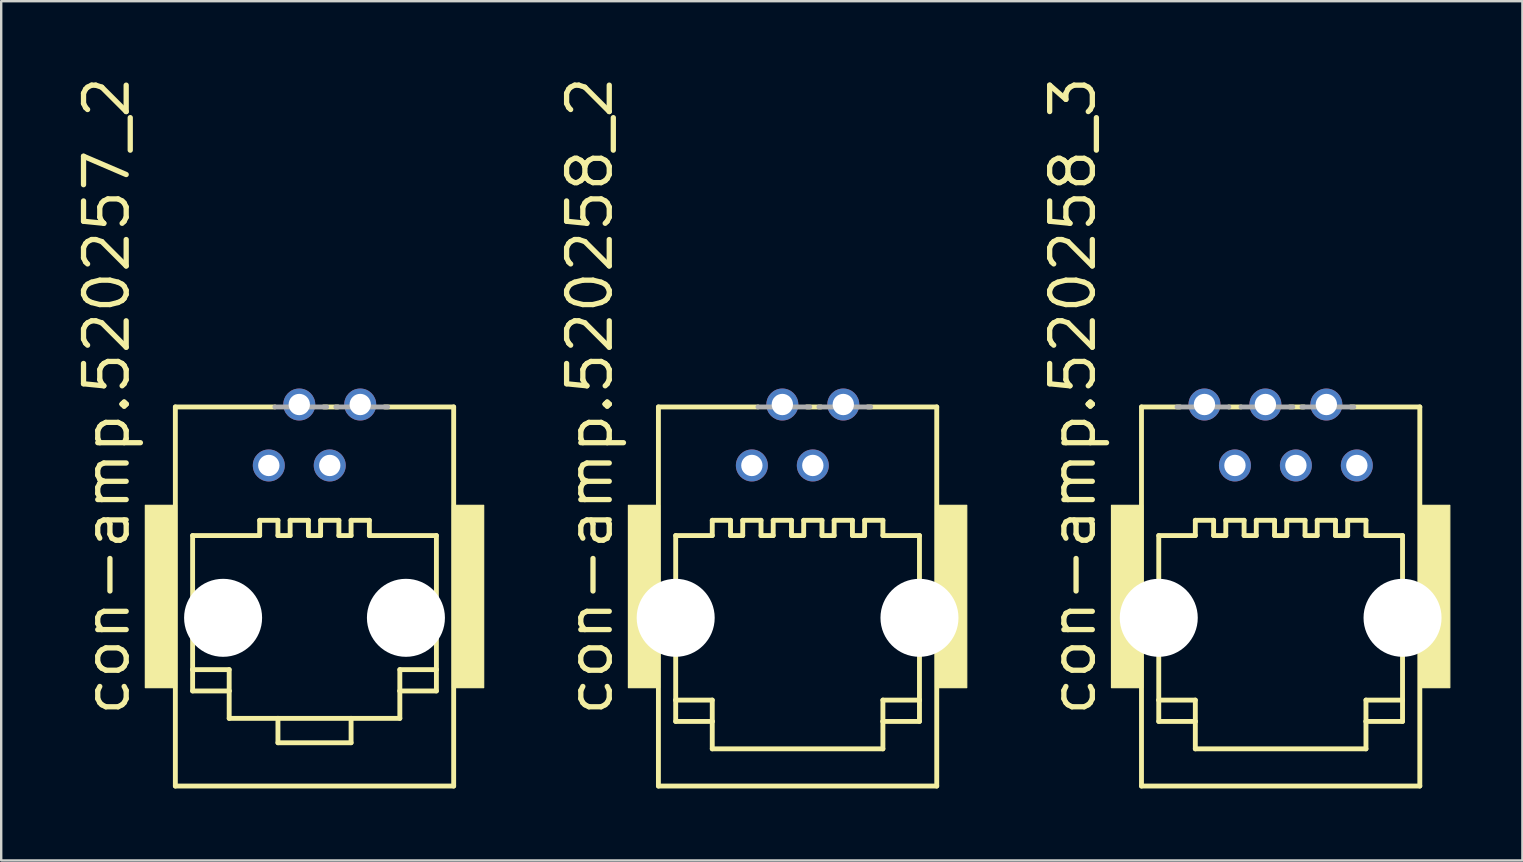
<source format=kicad_pcb>
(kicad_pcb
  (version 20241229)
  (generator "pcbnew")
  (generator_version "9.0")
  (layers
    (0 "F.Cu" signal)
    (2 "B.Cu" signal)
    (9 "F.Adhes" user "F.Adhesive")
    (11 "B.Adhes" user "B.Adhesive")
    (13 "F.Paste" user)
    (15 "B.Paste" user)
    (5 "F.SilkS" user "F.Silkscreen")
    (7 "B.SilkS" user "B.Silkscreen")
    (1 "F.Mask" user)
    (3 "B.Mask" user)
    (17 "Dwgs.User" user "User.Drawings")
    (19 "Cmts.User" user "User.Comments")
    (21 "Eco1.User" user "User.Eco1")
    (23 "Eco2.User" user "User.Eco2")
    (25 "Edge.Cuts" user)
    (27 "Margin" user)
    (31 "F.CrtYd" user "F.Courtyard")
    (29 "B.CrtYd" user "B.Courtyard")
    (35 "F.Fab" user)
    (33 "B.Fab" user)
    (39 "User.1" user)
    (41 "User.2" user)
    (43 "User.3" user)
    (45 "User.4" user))
  (footprint "con-amp.520258_3"
    (layer "F.Cu")
    (at 50.324 21.81)
    (property "Reference" "con-amp.520258_3" (at -7.62 5.08 90) (layer "F.SilkS") (effects (font (size 1.778 1.778) (thickness 0.22)) (justify left bottom)))
    (attr through_hole)
    (fp_line (start -5.8 -7.9) (end -5.8 7.9) (stroke (width 0.203) (type default)) (layer "F.SilkS"))
    (fp_line (start -5.8 7.9) (end 5.8 7.9) (stroke (width 0.203) (type default)) (layer "F.SilkS"))
    (fp_line (start -5.08 -2.54) (end -5.08 4.318) (stroke (width 0.203) (type default)) (layer "F.SilkS"))
    (fp_line (start -5.08 4.318) (end -5.08 5.207) (stroke (width 0.203) (type default)) (layer "F.SilkS"))
    (fp_line (start -5.08 4.318) (end -3.556 4.318) (stroke (width 0.203) (type default)) (layer "F.SilkS"))
    (fp_line (start -5.08 5.207) (end -3.556 5.207) (stroke (width 0.203) (type default)) (layer "F.SilkS"))
    (fp_line (start -4.191 -7.9) (end -5.8 -7.9) (stroke (width 0.203) (type default)) (layer "F.SilkS"))
    (fp_line (start -3.556 -3.175) (end -3.556 -2.54) (stroke (width 0.203) (type default)) (layer "F.SilkS"))
    (fp_line (start -3.556 -3.175) (end -2.794 -3.175) (stroke (width 0.203) (type default)) (layer "F.SilkS"))
    (fp_line (start -3.556 -2.54) (end -5.08 -2.54) (stroke (width 0.203) (type default)) (layer "F.SilkS"))
    (fp_line (start -3.556 4.318) (end -3.556 5.207) (stroke (width 0.203) (type default)) (layer "F.SilkS"))
    (fp_line (start -3.556 5.207) (end -3.556 6.35) (stroke (width 0.203) (type default)) (layer "F.SilkS"))
    (fp_line (start -3.556 6.35) (end 3.556 6.35) (stroke (width 0.203) (type default)) (layer "F.SilkS"))
    (fp_line (start -2.794 -3.175) (end -2.794 -2.54) (stroke (width 0.203) (type default)) (layer "F.SilkS"))
    (fp_line (start -2.286 -3.175) (end -2.286 -2.54) (stroke (width 0.203) (type default)) (layer "F.SilkS"))
    (fp_line (start -2.286 -3.175) (end -1.524 -3.175) (stroke (width 0.203) (type default)) (layer "F.SilkS"))
    (fp_line (start -2.286 -2.54) (end -2.794 -2.54) (stroke (width 0.203) (type default)) (layer "F.SilkS"))
    (fp_line (start -1.651 -7.9) (end -2.159 -7.9) (stroke (width 0.203) (type default)) (layer "F.SilkS"))
    (fp_line (start -1.524 -3.175) (end -1.524 -2.54) (stroke (width 0.203) (type default)) (layer "F.SilkS"))
    (fp_line (start -1.016 -3.175) (end -1.016 -2.54) (stroke (width 0.203) (type default)) (layer "F.SilkS"))
    (fp_line (start -1.016 -3.175) (end -0.254 -3.175) (stroke (width 0.203) (type default)) (layer "F.SilkS"))
    (fp_line (start -1.016 -2.54) (end -1.524 -2.54) (stroke (width 0.203) (type default)) (layer "F.SilkS"))
    (fp_line (start -0.254 -3.175) (end -0.254 -2.54) (stroke (width 0.203) (type default)) (layer "F.SilkS"))
    (fp_line (start 0.254 -3.175) (end 0.254 -2.54) (stroke (width 0.203) (type default)) (layer "F.SilkS"))
    (fp_line (start 0.254 -3.175) (end 1.016 -3.175) (stroke (width 0.203) (type default)) (layer "F.SilkS"))
    (fp_line (start 0.254 -2.54) (end -0.254 -2.54) (stroke (width 0.203) (type default)) (layer "F.SilkS"))
    (fp_line (start 0.974 -7.9) (end 0.381 -7.9) (stroke (width 0.203) (type default)) (layer "F.SilkS"))
    (fp_line (start 1.016 -3.175) (end 1.016 -2.54) (stroke (width 0.203) (type default)) (layer "F.SilkS"))
    (fp_line (start 1.524 -3.175) (end 1.524 -2.54) (stroke (width 0.203) (type default)) (layer "F.SilkS"))
    (fp_line (start 1.524 -3.175) (end 2.286 -3.175) (stroke (width 0.203) (type default)) (layer "F.SilkS"))
    (fp_line (start 1.524 -2.54) (end 1.016 -2.54) (stroke (width 0.203) (type default)) (layer "F.SilkS"))
    (fp_line (start 2.286 -3.175) (end 2.286 -2.54) (stroke (width 0.203) (type default)) (layer "F.SilkS"))
    (fp_line (start 2.794 -3.175) (end 2.794 -2.54) (stroke (width 0.203) (type default)) (layer "F.SilkS"))
    (fp_line (start 2.794 -3.175) (end 3.556 -3.175) (stroke (width 0.203) (type default)) (layer "F.SilkS"))
    (fp_line (start 2.794 -2.54) (end 2.286 -2.54) (stroke (width 0.203) (type default)) (layer "F.SilkS"))
    (fp_line (start 3.556 -3.175) (end 3.556 -2.54) (stroke (width 0.203) (type default)) (layer "F.SilkS"))
    (fp_line (start 3.556 4.318) (end 3.556 5.207) (stroke (width 0.203) (type default)) (layer "F.SilkS"))
    (fp_line (start 3.556 5.207) (end 3.556 6.35) (stroke (width 0.203) (type default)) (layer "F.SilkS"))
    (fp_line (start 5.08 -2.54) (end 3.556 -2.54) (stroke (width 0.203) (type default)) (layer "F.SilkS"))
    (fp_line (start 5.08 4.318) (end 3.556 4.318) (stroke (width 0.203) (type default)) (layer "F.SilkS"))
    (fp_line (start 5.08 4.318) (end 5.08 -2.54) (stroke (width 0.203) (type default)) (layer "F.SilkS"))
    (fp_line (start 5.08 5.207) (end 3.556 5.207) (stroke (width 0.203) (type default)) (layer "F.SilkS"))
    (fp_line (start 5.08 5.207) (end 5.08 4.318) (stroke (width 0.203) (type default)) (layer "F.SilkS"))
    (fp_line (start 5.8 -7.9) (end 2.921 -7.9) (stroke (width 0.203) (type default)) (layer "F.SilkS"))
    (fp_line (start 5.8 7.9) (end 5.8 -7.9) (stroke (width 0.203) (type default)) (layer "F.SilkS"))
    (fp_rect (start -7.05 3.8) (end -5.75 -3.8) (stroke (width 0.05) (type default)) (fill yes) (layer "F.SilkS"))
    (fp_rect (start 5.75 3.8) (end 7.05 -3.8) (stroke (width 0.05) (type default)) (fill yes) (layer "F.SilkS"))
    (fp_line (start -2.159 -7.9) (end -4.318 -7.9) (stroke (width 0.203) (type default)) (layer "F.Fab"))
    (fp_line (start 0.508 -7.9) (end -1.651 -7.9) (stroke (width 0.203) (type default)) (layer "F.Fab"))
    (fp_line (start 3.048 -7.9) (end 0.889 -7.9) (stroke (width 0.203) (type default)) (layer "F.Fab"))
    (pad "" np_thru_hole circle (at -5.08 0.889) (size 3.251 3.251) (drill 3.251) (layers "*.Cu" "*.Mask"))
    (pad "" np_thru_hole circle (at 5.08 0.889) (size 3.251 3.251) (drill 3.251) (layers "*.Cu" "*.Mask"))
    (pad "1" thru_hole circle (at -3.175 -8.001) (size 1.333 1.333) (drill 0.889) (layers "*.Cu" "*.Mask"))
    (pad "2" thru_hole circle (at -1.905 -5.461) (size 1.333 1.333) (drill 0.889) (layers "*.Cu" "*.Mask"))
    (pad "3" thru_hole circle (at -0.635 -8.001) (size 1.333 1.333) (drill 0.889) (layers "*.Cu" "*.Mask"))
    (pad "4" thru_hole circle (at 0.635 -5.461) (size 1.333 1.333) (drill 0.889) (layers "*.Cu" "*.Mask"))
    (pad "5" thru_hole circle (at 1.905 -8.001) (size 1.333 1.333) (drill 0.889) (layers "*.Cu" "*.Mask"))
    (pad "6" thru_hole circle (at 3.175 -5.461) (size 1.333 1.333) (drill 0.889) (layers "*.Cu" "*.Mask")))
  (footprint "con-amp.520257_2"
    (layer "F.Cu")
    (at 10.058 21.81)
    (property "Reference" "con-amp.520257_2" (at -7.62 5.08 90) (layer "F.SilkS") (effects (font (size 1.778 1.778) (thickness 0.22)) (justify left bottom)))
    (attr through_hole)
    (fp_line (start -5.8 -7.9) (end -5.8 7.9) (stroke (width 0.203) (type default)) (layer "F.SilkS"))
    (fp_line (start -5.8 7.9) (end 5.8 7.9) (stroke (width 0.203) (type default)) (layer "F.SilkS"))
    (fp_line (start -5.08 -2.54) (end -5.08 3.048) (stroke (width 0.203) (type default)) (layer "F.SilkS"))
    (fp_line (start -5.08 3.048) (end -5.08 3.937) (stroke (width 0.203) (type default)) (layer "F.SilkS"))
    (fp_line (start -5.08 3.048) (end -3.556 3.048) (stroke (width 0.203) (type default)) (layer "F.SilkS"))
    (fp_line (start -5.08 3.937) (end -3.556 3.937) (stroke (width 0.203) (type default)) (layer "F.SilkS"))
    (fp_line (start -3.556 3.048) (end -3.556 3.937) (stroke (width 0.203) (type default)) (layer "F.SilkS"))
    (fp_line (start -3.556 3.937) (end -3.556 5.08) (stroke (width 0.203) (type default)) (layer "F.SilkS"))
    (fp_line (start -3.556 5.08) (end -1.524 5.08) (stroke (width 0.203) (type default)) (layer "F.SilkS"))
    (fp_line (start -2.286 -3.175) (end -2.286 -2.54) (stroke (width 0.203) (type default)) (layer "F.SilkS"))
    (fp_line (start -2.286 -3.175) (end -1.524 -3.175) (stroke (width 0.203) (type default)) (layer "F.SilkS"))
    (fp_line (start -2.286 -2.54) (end -5.08 -2.54) (stroke (width 0.203) (type default)) (layer "F.SilkS"))
    (fp_line (start -1.651 -7.9) (end -5.8 -7.9) (stroke (width 0.203) (type default)) (layer "F.SilkS"))
    (fp_line (start -1.524 -3.175) (end -1.524 -2.54) (stroke (width 0.203) (type default)) (layer "F.SilkS"))
    (fp_line (start -1.524 5.08) (end -1.524 6.096) (stroke (width 0.203) (type default)) (layer "F.SilkS"))
    (fp_line (start -1.524 5.08) (end 1.524 5.08) (stroke (width 0.203) (type default)) (layer "F.SilkS"))
    (fp_line (start -1.524 6.096) (end 1.524 6.096) (stroke (width 0.203) (type default)) (layer "F.SilkS"))
    (fp_line (start -1.016 -3.175) (end -1.016 -2.54) (stroke (width 0.203) (type default)) (layer "F.SilkS"))
    (fp_line (start -1.016 -3.175) (end -0.254 -3.175) (stroke (width 0.203) (type default)) (layer "F.SilkS"))
    (fp_line (start -1.016 -2.54) (end -1.524 -2.54) (stroke (width 0.203) (type default)) (layer "F.SilkS"))
    (fp_line (start -0.254 -3.175) (end -0.254 -2.54) (stroke (width 0.203) (type default)) (layer "F.SilkS"))
    (fp_line (start 0.254 -3.175) (end 0.254 -2.54) (stroke (width 0.203) (type default)) (layer "F.SilkS"))
    (fp_line (start 0.254 -3.175) (end 1.016 -3.175) (stroke (width 0.203) (type default)) (layer "F.SilkS"))
    (fp_line (start 0.254 -2.54) (end -0.254 -2.54) (stroke (width 0.203) (type default)) (layer "F.SilkS"))
    (fp_line (start 0.974 -7.9) (end 0.381 -7.9) (stroke (width 0.203) (type default)) (layer "F.SilkS"))
    (fp_line (start 1.016 -3.175) (end 1.016 -2.54) (stroke (width 0.203) (type default)) (layer "F.SilkS"))
    (fp_line (start 1.524 -3.175) (end 1.524 -2.54) (stroke (width 0.203) (type default)) (layer "F.SilkS"))
    (fp_line (start 1.524 -3.175) (end 2.286 -3.175) (stroke (width 0.203) (type default)) (layer "F.SilkS"))
    (fp_line (start 1.524 -2.54) (end 1.016 -2.54) (stroke (width 0.203) (type default)) (layer "F.SilkS"))
    (fp_line (start 1.524 5.08) (end 3.556 5.08) (stroke (width 0.203) (type default)) (layer "F.SilkS"))
    (fp_line (start 1.524 6.096) (end 1.524 5.08) (stroke (width 0.203) (type default)) (layer "F.SilkS"))
    (fp_line (start 2.286 -3.175) (end 2.286 -2.54) (stroke (width 0.203) (type default)) (layer "F.SilkS"))
    (fp_line (start 3.556 3.048) (end 3.556 3.937) (stroke (width 0.203) (type default)) (layer "F.SilkS"))
    (fp_line (start 3.556 3.937) (end 3.556 5.08) (stroke (width 0.203) (type default)) (layer "F.SilkS"))
    (fp_line (start 5.08 -2.54) (end 2.286 -2.54) (stroke (width 0.203) (type default)) (layer "F.SilkS"))
    (fp_line (start 5.08 3.048) (end 3.556 3.048) (stroke (width 0.203) (type default)) (layer "F.SilkS"))
    (fp_line (start 5.08 3.048) (end 5.08 -2.54) (stroke (width 0.203) (type default)) (layer "F.SilkS"))
    (fp_line (start 5.08 3.937) (end 3.556 3.937) (stroke (width 0.203) (type default)) (layer "F.SilkS"))
    (fp_line (start 5.08 3.937) (end 5.08 3.048) (stroke (width 0.203) (type default)) (layer "F.SilkS"))
    (fp_line (start 5.8 -7.9) (end 2.921 -7.9) (stroke (width 0.203) (type default)) (layer "F.SilkS"))
    (fp_line (start 5.8 7.9) (end 5.8 -7.9) (stroke (width 0.203) (type default)) (layer "F.SilkS"))
    (fp_rect (start -7.05 3.8) (end -5.75 -3.8) (stroke (width 0.05) (type default)) (fill yes) (layer "F.SilkS"))
    (fp_rect (start 5.75 3.8) (end 7.05 -3.8) (stroke (width 0.05) (type default)) (fill yes) (layer "F.SilkS"))
    (fp_line (start 0.508 -7.9) (end -1.651 -7.9) (stroke (width 0.203) (type default)) (layer "F.Fab"))
    (fp_line (start 3.048 -7.9) (end 0.889 -7.9) (stroke (width 0.203) (type default)) (layer "F.Fab"))
    (pad "" np_thru_hole circle (at -3.81 0.889) (size 3.251 3.251) (drill 3.251) (layers "*.Cu" "*.Mask"))
    (pad "" np_thru_hole circle (at 3.81 0.889) (size 3.251 3.251) (drill 3.251) (layers "*.Cu" "*.Mask"))
    (pad "1" thru_hole circle (at -1.905 -5.461) (size 1.333 1.333) (drill 0.889) (layers "*.Cu" "*.Mask"))
    (pad "2" thru_hole circle (at -0.635 -8.001) (size 1.333 1.333) (drill 0.889) (layers "*.Cu" "*.Mask"))
    (pad "3" thru_hole circle (at 0.635 -5.461) (size 1.333 1.333) (drill 0.889) (layers "*.Cu" "*.Mask"))
    (pad "4" thru_hole circle (at 1.905 -8.001) (size 1.333 1.333) (drill 0.889) (layers "*.Cu" "*.Mask")))
  (footprint "con-amp.520258_2"
    (layer "F.Cu")
    (at 30.191 21.81)
    (property "Reference" "con-amp.520258_2" (at -7.62 5.08 90) (layer "F.SilkS") (effects (font (size 1.778 1.778) (thickness 0.22)) (justify left bottom)))
    (attr through_hole)
    (fp_line (start -5.8 -7.9) (end -5.8 7.9) (stroke (width 0.203) (type default)) (layer "F.SilkS"))
    (fp_line (start -5.8 7.9) (end 5.8 7.9) (stroke (width 0.203) (type default)) (layer "F.SilkS"))
    (fp_line (start -5.08 -2.54) (end -5.08 4.318) (stroke (width 0.203) (type default)) (layer "F.SilkS"))
    (fp_line (start -5.08 4.318) (end -5.08 5.207) (stroke (width 0.203) (type default)) (layer "F.SilkS"))
    (fp_line (start -5.08 4.318) (end -3.556 4.318) (stroke (width 0.203) (type default)) (layer "F.SilkS"))
    (fp_line (start -5.08 5.207) (end -3.556 5.207) (stroke (width 0.203) (type default)) (layer "F.SilkS"))
    (fp_line (start -3.556 -3.175) (end -3.556 -2.54) (stroke (width 0.203) (type default)) (layer "F.SilkS"))
    (fp_line (start -3.556 -3.175) (end -2.794 -3.175) (stroke (width 0.203) (type default)) (layer "F.SilkS"))
    (fp_line (start -3.556 -2.54) (end -5.08 -2.54) (stroke (width 0.203) (type default)) (layer "F.SilkS"))
    (fp_line (start -3.556 4.318) (end -3.556 5.207) (stroke (width 0.203) (type default)) (layer "F.SilkS"))
    (fp_line (start -3.556 5.207) (end -3.556 6.35) (stroke (width 0.203) (type default)) (layer "F.SilkS"))
    (fp_line (start -3.556 6.35) (end 3.556 6.35) (stroke (width 0.203) (type default)) (layer "F.SilkS"))
    (fp_line (start -2.794 -3.175) (end -2.794 -2.54) (stroke (width 0.203) (type default)) (layer "F.SilkS"))
    (fp_line (start -2.286 -3.175) (end -2.286 -2.54) (stroke (width 0.203) (type default)) (layer "F.SilkS"))
    (fp_line (start -2.286 -3.175) (end -1.524 -3.175) (stroke (width 0.203) (type default)) (layer "F.SilkS"))
    (fp_line (start -2.286 -2.54) (end -2.794 -2.54) (stroke (width 0.203) (type default)) (layer "F.SilkS"))
    (fp_line (start -1.651 -7.9) (end -5.8 -7.9) (stroke (width 0.203) (type default)) (layer "F.SilkS"))
    (fp_line (start -1.524 -3.175) (end -1.524 -2.54) (stroke (width 0.203) (type default)) (layer "F.SilkS"))
    (fp_line (start -1.016 -3.175) (end -1.016 -2.54) (stroke (width 0.203) (type default)) (layer "F.SilkS"))
    (fp_line (start -1.016 -3.175) (end -0.254 -3.175) (stroke (width 0.203) (type default)) (layer "F.SilkS"))
    (fp_line (start -1.016 -2.54) (end -1.524 -2.54) (stroke (width 0.203) (type default)) (layer "F.SilkS"))
    (fp_line (start -0.254 -3.175) (end -0.254 -2.54) (stroke (width 0.203) (type default)) (layer "F.SilkS"))
    (fp_line (start 0.254 -3.175) (end 0.254 -2.54) (stroke (width 0.203) (type default)) (layer "F.SilkS"))
    (fp_line (start 0.254 -3.175) (end 1.016 -3.175) (stroke (width 0.203) (type default)) (layer "F.SilkS"))
    (fp_line (start 0.254 -2.54) (end -0.254 -2.54) (stroke (width 0.203) (type default)) (layer "F.SilkS"))
    (fp_line (start 0.974 -7.9) (end 0.381 -7.9) (stroke (width 0.203) (type default)) (layer "F.SilkS"))
    (fp_line (start 1.016 -3.175) (end 1.016 -2.54) (stroke (width 0.203) (type default)) (layer "F.SilkS"))
    (fp_line (start 1.524 -3.175) (end 1.524 -2.54) (stroke (width 0.203) (type default)) (layer "F.SilkS"))
    (fp_line (start 1.524 -3.175) (end 2.286 -3.175) (stroke (width 0.203) (type default)) (layer "F.SilkS"))
    (fp_line (start 1.524 -2.54) (end 1.016 -2.54) (stroke (width 0.203) (type default)) (layer "F.SilkS"))
    (fp_line (start 2.286 -3.175) (end 2.286 -2.54) (stroke (width 0.203) (type default)) (layer "F.SilkS"))
    (fp_line (start 2.794 -3.175) (end 2.794 -2.54) (stroke (width 0.203) (type default)) (layer "F.SilkS"))
    (fp_line (start 2.794 -3.175) (end 3.556 -3.175) (stroke (width 0.203) (type default)) (layer "F.SilkS"))
    (fp_line (start 2.794 -2.54) (end 2.286 -2.54) (stroke (width 0.203) (type default)) (layer "F.SilkS"))
    (fp_line (start 3.556 -3.175) (end 3.556 -2.54) (stroke (width 0.203) (type default)) (layer "F.SilkS"))
    (fp_line (start 3.556 4.318) (end 3.556 5.207) (stroke (width 0.203) (type default)) (layer "F.SilkS"))
    (fp_line (start 3.556 5.207) (end 3.556 6.35) (stroke (width 0.203) (type default)) (layer "F.SilkS"))
    (fp_line (start 5.08 -2.54) (end 3.556 -2.54) (stroke (width 0.203) (type default)) (layer "F.SilkS"))
    (fp_line (start 5.08 4.318) (end 3.556 4.318) (stroke (width 0.203) (type default)) (layer "F.SilkS"))
    (fp_line (start 5.08 4.318) (end 5.08 -2.54) (stroke (width 0.203) (type default)) (layer "F.SilkS"))
    (fp_line (start 5.08 5.207) (end 3.556 5.207) (stroke (width 0.203) (type default)) (layer "F.SilkS"))
    (fp_line (start 5.08 5.207) (end 5.08 4.318) (stroke (width 0.203) (type default)) (layer "F.SilkS"))
    (fp_line (start 5.8 -7.9) (end 2.921 -7.9) (stroke (width 0.203) (type default)) (layer "F.SilkS"))
    (fp_line (start 5.8 7.9) (end 5.8 -7.9) (stroke (width 0.203) (type default)) (layer "F.SilkS"))
    (fp_rect (start -7.05 3.8) (end -5.75 -3.8) (stroke (width 0.05) (type default)) (fill yes) (layer "F.SilkS"))
    (fp_rect (start 5.75 3.8) (end 7.05 -3.8) (stroke (width 0.05) (type default)) (fill yes) (layer "F.SilkS"))
    (fp_line (start 0.508 -7.9) (end -1.651 -7.9) (stroke (width 0.203) (type default)) (layer "F.Fab"))
    (fp_line (start 3.048 -7.9) (end 0.889 -7.9) (stroke (width 0.203) (type default)) (layer "F.Fab"))
    (pad "" np_thru_hole circle (at -5.08 0.889) (size 3.251 3.251) (drill 3.251) (layers "*.Cu" "*.Mask"))
    (pad "" np_thru_hole circle (at 5.08 0.889) (size 3.251 3.251) (drill 3.251) (layers "*.Cu" "*.Mask"))
    (pad "1" thru_hole circle (at -1.905 -5.461) (size 1.333 1.333) (drill 0.889) (layers "*.Cu" "*.Mask"))
    (pad "2" thru_hole circle (at -0.635 -8.001) (size 1.333 1.333) (drill 0.889) (layers "*.Cu" "*.Mask"))
    (pad "3" thru_hole circle (at 0.635 -5.461) (size 1.333 1.333) (drill 0.889) (layers "*.Cu" "*.Mask"))
    (pad "4" thru_hole circle (at 1.905 -8.001) (size 1.333 1.333) (drill 0.889) (layers "*.Cu" "*.Mask")))
  (gr_rect
    (start -3 -3)
    (end 60.399 32.811)
    (stroke (width 0.1) (type default))
    (fill no)
    (layer "Edge.Cuts")))
</source>
